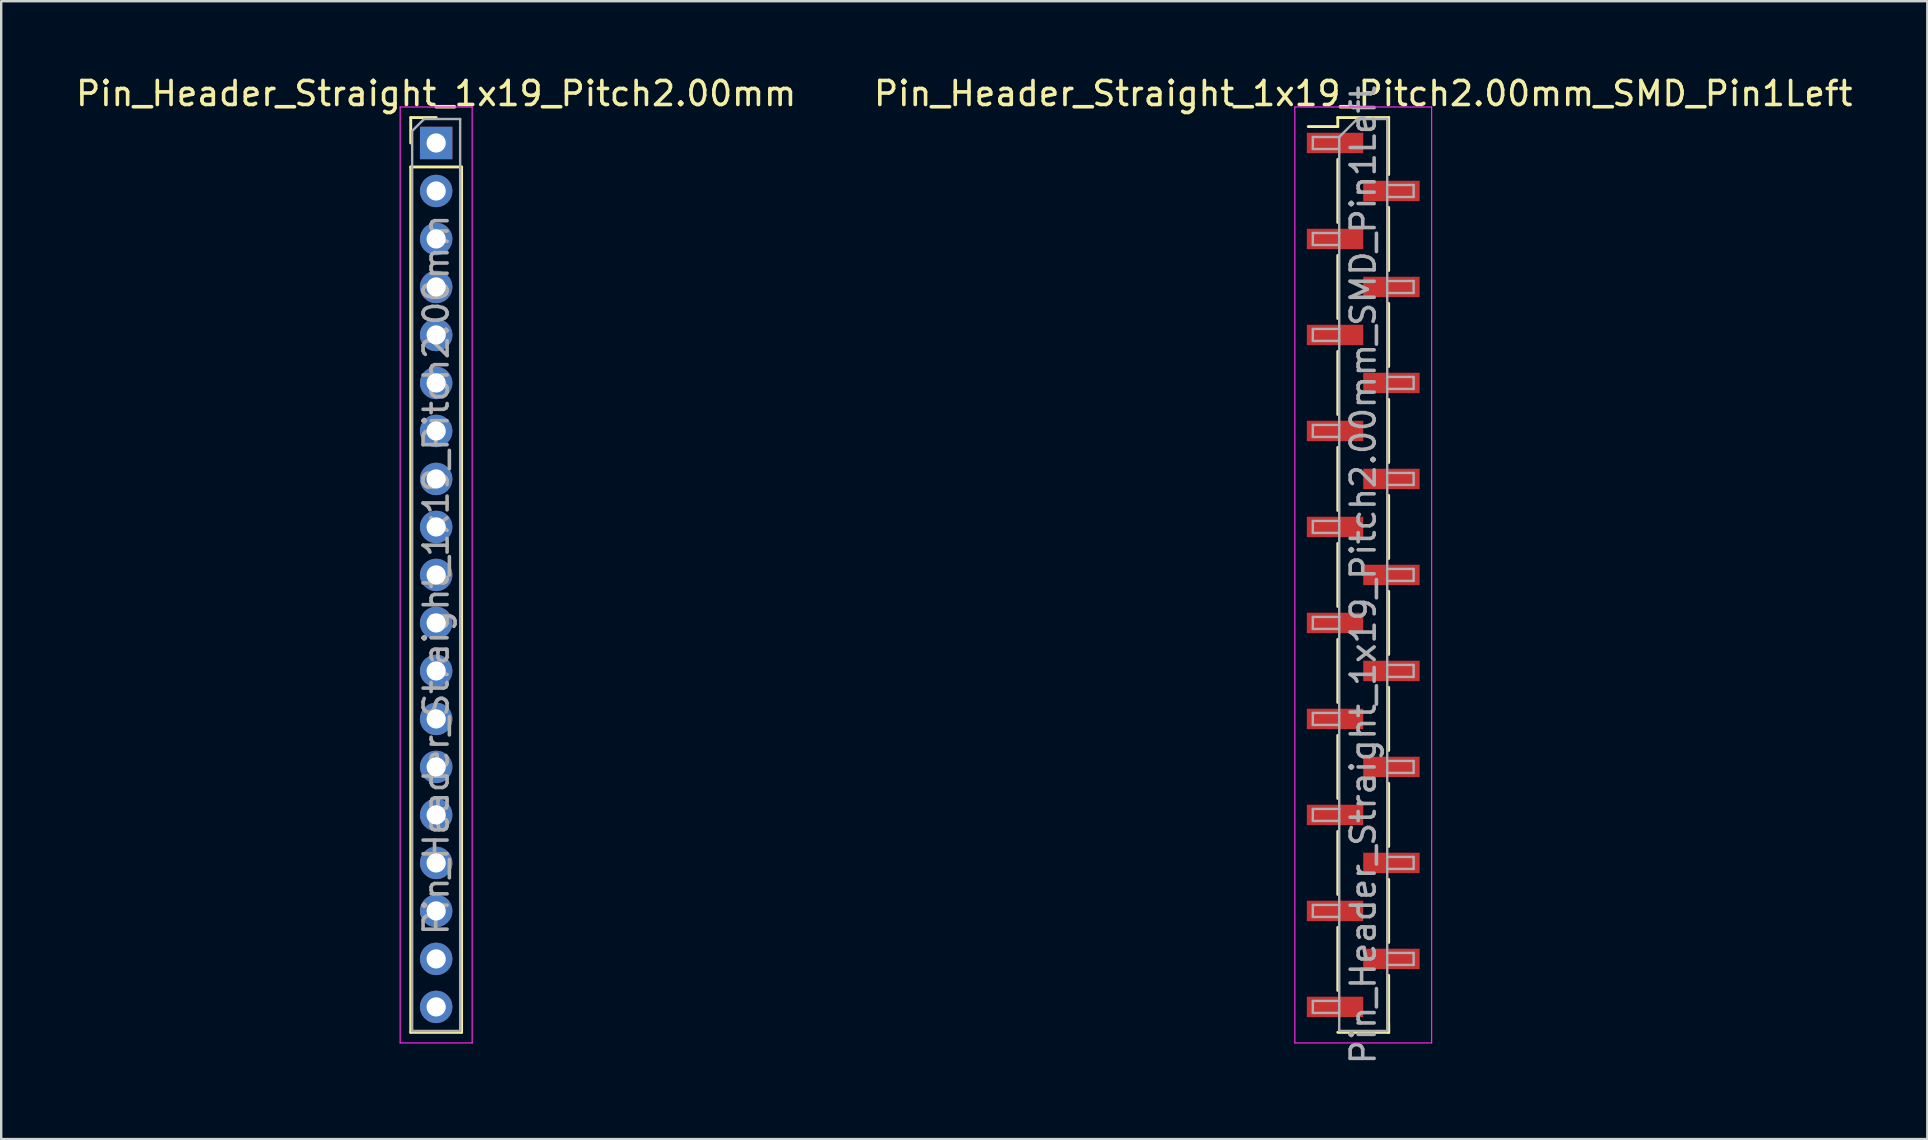
<source format=kicad_pcb>
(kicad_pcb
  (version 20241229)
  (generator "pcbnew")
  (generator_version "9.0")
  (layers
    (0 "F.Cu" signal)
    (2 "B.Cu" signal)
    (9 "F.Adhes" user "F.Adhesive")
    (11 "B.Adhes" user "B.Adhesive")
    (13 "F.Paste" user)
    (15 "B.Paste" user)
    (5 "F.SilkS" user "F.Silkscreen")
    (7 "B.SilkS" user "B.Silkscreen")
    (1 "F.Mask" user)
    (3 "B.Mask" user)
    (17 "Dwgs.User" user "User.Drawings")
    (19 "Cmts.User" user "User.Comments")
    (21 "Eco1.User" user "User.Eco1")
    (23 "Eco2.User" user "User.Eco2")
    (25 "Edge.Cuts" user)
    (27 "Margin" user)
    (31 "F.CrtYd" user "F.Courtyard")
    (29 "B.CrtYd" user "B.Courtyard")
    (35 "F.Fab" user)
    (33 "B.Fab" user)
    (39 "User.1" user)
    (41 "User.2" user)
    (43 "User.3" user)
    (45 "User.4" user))
  (footprint "Pin_Header_Straight_1x19_Pitch2.00mm_SMD_Pin1Left"
    (layer "F.Cu")
    (at 53.756 20.908)
    (property "Reference" "Pin_Header_Straight_1x19_Pitch2.00mm_SMD_Pin1Left" (at 0 -20.06 0) (layer "F.SilkS") (effects (font (size 1 1) (thickness 0.15))))
    (attr smd)
    (fp_line (start -1.06 -19.06) (end -1.06 -18.685) (stroke (width 0.12) (type solid)) (layer "F.SilkS"))
    (fp_line (start -1.06 -19.06) (end 1.06 -19.06) (stroke (width 0.12) (type solid)) (layer "F.SilkS"))
    (fp_line (start -1.06 -18.685) (end -2.29 -18.685) (stroke (width 0.12) (type solid)) (layer "F.SilkS"))
    (fp_line (start -1.06 -17.315) (end -1.06 -14.685) (stroke (width 0.12) (type solid)) (layer "F.SilkS"))
    (fp_line (start -1.06 -13.315) (end -1.06 -10.685) (stroke (width 0.12) (type solid)) (layer "F.SilkS"))
    (fp_line (start -1.06 -9.315) (end -1.06 -6.685) (stroke (width 0.12) (type solid)) (layer "F.SilkS"))
    (fp_line (start -1.06 -5.315) (end -1.06 -2.685) (stroke (width 0.12) (type solid)) (layer "F.SilkS"))
    (fp_line (start -1.06 -1.315) (end -1.06 1.315) (stroke (width 0.12) (type solid)) (layer "F.SilkS"))
    (fp_line (start -1.06 2.685) (end -1.06 5.315) (stroke (width 0.12) (type solid)) (layer "F.SilkS"))
    (fp_line (start -1.06 6.685) (end -1.06 9.315) (stroke (width 0.12) (type solid)) (layer "F.SilkS"))
    (fp_line (start -1.06 10.685) (end -1.06 13.315) (stroke (width 0.12) (type solid)) (layer "F.SilkS"))
    (fp_line (start -1.06 14.685) (end -1.06 17.315) (stroke (width 0.12) (type solid)) (layer "F.SilkS"))
    (fp_line (start -1.06 19.06) (end 1.06 19.06) (stroke (width 0.12) (type solid)) (layer "F.SilkS"))
    (fp_line (start 1.06 -19.06) (end 1.06 -16.685) (stroke (width 0.12) (type solid)) (layer "F.SilkS"))
    (fp_line (start 1.06 -15.315) (end 1.06 -12.685) (stroke (width 0.12) (type solid)) (layer "F.SilkS"))
    (fp_line (start 1.06 -11.315) (end 1.06 -8.685) (stroke (width 0.12) (type solid)) (layer "F.SilkS"))
    (fp_line (start 1.06 -7.315) (end 1.06 -4.685) (stroke (width 0.12) (type solid)) (layer "F.SilkS"))
    (fp_line (start 1.06 -3.315) (end 1.06 -0.685) (stroke (width 0.12) (type solid)) (layer "F.SilkS"))
    (fp_line (start 1.06 0.685) (end 1.06 3.315) (stroke (width 0.12) (type solid)) (layer "F.SilkS"))
    (fp_line (start 1.06 4.685) (end 1.06 7.315) (stroke (width 0.12) (type solid)) (layer "F.SilkS"))
    (fp_line (start 1.06 8.685) (end 1.06 11.315) (stroke (width 0.12) (type solid)) (layer "F.SilkS"))
    (fp_line (start 1.06 12.685) (end 1.06 15.315) (stroke (width 0.12) (type solid)) (layer "F.SilkS"))
    (fp_line (start 1.06 16.685) (end 1.06 19.06) (stroke (width 0.12) (type solid)) (layer "F.SilkS"))
    (fp_line (start 1.06 18.685) (end 1.06 19.06) (stroke (width 0.12) (type solid)) (layer "F.SilkS"))
    (fp_line (start -2.85 -19.5) (end -2.85 19.5) (stroke (width 0.05) (type solid)) (layer "F.CrtYd"))
    (fp_line (start -2.85 19.5) (end 2.85 19.5) (stroke (width 0.05) (type solid)) (layer "F.CrtYd"))
    (fp_line (start 2.85 -19.5) (end -2.85 -19.5) (stroke (width 0.05) (type solid)) (layer "F.CrtYd"))
    (fp_line (start 2.85 19.5) (end 2.85 -19.5) (stroke (width 0.05) (type solid)) (layer "F.CrtYd"))
    (fp_line (start -2.1 -18.25) (end -2.1 -17.75) (stroke (width 0.1) (type solid)) (layer "F.Fab"))
    (fp_line (start -2.1 -17.75) (end -1 -17.75) (stroke (width 0.1) (type solid)) (layer "F.Fab"))
    (fp_line (start -2.1 -14.25) (end -2.1 -13.75) (stroke (width 0.1) (type solid)) (layer "F.Fab"))
    (fp_line (start -2.1 -13.75) (end -1 -13.75) (stroke (width 0.1) (type solid)) (layer "F.Fab"))
    (fp_line (start -2.1 -10.25) (end -2.1 -9.75) (stroke (width 0.1) (type solid)) (layer "F.Fab"))
    (fp_line (start -2.1 -9.75) (end -1 -9.75) (stroke (width 0.1) (type solid)) (layer "F.Fab"))
    (fp_line (start -2.1 -6.25) (end -2.1 -5.75) (stroke (width 0.1) (type solid)) (layer "F.Fab"))
    (fp_line (start -2.1 -5.75) (end -1 -5.75) (stroke (width 0.1) (type solid)) (layer "F.Fab"))
    (fp_line (start -2.1 -2.25) (end -2.1 -1.75) (stroke (width 0.1) (type solid)) (layer "F.Fab"))
    (fp_line (start -2.1 -1.75) (end -1 -1.75) (stroke (width 0.1) (type solid)) (layer "F.Fab"))
    (fp_line (start -2.1 1.75) (end -2.1 2.25) (stroke (width 0.1) (type solid)) (layer "F.Fab"))
    (fp_line (start -2.1 2.25) (end -1 2.25) (stroke (width 0.1) (type solid)) (layer "F.Fab"))
    (fp_line (start -2.1 5.75) (end -2.1 6.25) (stroke (width 0.1) (type solid)) (layer "F.Fab"))
    (fp_line (start -2.1 6.25) (end -1 6.25) (stroke (width 0.1) (type solid)) (layer "F.Fab"))
    (fp_line (start -2.1 9.75) (end -2.1 10.25) (stroke (width 0.1) (type solid)) (layer "F.Fab"))
    (fp_line (start -2.1 10.25) (end -1 10.25) (stroke (width 0.1) (type solid)) (layer "F.Fab"))
    (fp_line (start -2.1 13.75) (end -2.1 14.25) (stroke (width 0.1) (type solid)) (layer "F.Fab"))
    (fp_line (start -2.1 14.25) (end -1 14.25) (stroke (width 0.1) (type solid)) (layer "F.Fab"))
    (fp_line (start -2.1 17.75) (end -2.1 18.25) (stroke (width 0.1) (type solid)) (layer "F.Fab"))
    (fp_line (start -2.1 18.25) (end -1 18.25) (stroke (width 0.1) (type solid)) (layer "F.Fab"))
    (fp_line (start -1 -18.25) (end -2.1 -18.25) (stroke (width 0.1) (type solid)) (layer "F.Fab"))
    (fp_line (start -1 -18.25) (end -0.25 -19) (stroke (width 0.1) (type solid)) (layer "F.Fab"))
    (fp_line (start -1 -14.25) (end -2.1 -14.25) (stroke (width 0.1) (type solid)) (layer "F.Fab"))
    (fp_line (start -1 -10.25) (end -2.1 -10.25) (stroke (width 0.1) (type solid)) (layer "F.Fab"))
    (fp_line (start -1 -6.25) (end -2.1 -6.25) (stroke (width 0.1) (type solid)) (layer "F.Fab"))
    (fp_line (start -1 -2.25) (end -2.1 -2.25) (stroke (width 0.1) (type solid)) (layer "F.Fab"))
    (fp_line (start -1 1.75) (end -2.1 1.75) (stroke (width 0.1) (type solid)) (layer "F.Fab"))
    (fp_line (start -1 5.75) (end -2.1 5.75) (stroke (width 0.1) (type solid)) (layer "F.Fab"))
    (fp_line (start -1 9.75) (end -2.1 9.75) (stroke (width 0.1) (type solid)) (layer "F.Fab"))
    (fp_line (start -1 13.75) (end -2.1 13.75) (stroke (width 0.1) (type solid)) (layer "F.Fab"))
    (fp_line (start -1 17.75) (end -2.1 17.75) (stroke (width 0.1) (type solid)) (layer "F.Fab"))
    (fp_line (start -1 19) (end -1 -18.25) (stroke (width 0.1) (type solid)) (layer "F.Fab"))
    (fp_line (start -0.25 -19) (end 1 -19) (stroke (width 0.1) (type solid)) (layer "F.Fab"))
    (fp_line (start 1 -19) (end 1 19) (stroke (width 0.1) (type solid)) (layer "F.Fab"))
    (fp_line (start 1 -16.25) (end 2.1 -16.25) (stroke (width 0.1) (type solid)) (layer "F.Fab"))
    (fp_line (start 1 -12.25) (end 2.1 -12.25) (stroke (width 0.1) (type solid)) (layer "F.Fab"))
    (fp_line (start 1 -8.25) (end 2.1 -8.25) (stroke (width 0.1) (type solid)) (layer "F.Fab"))
    (fp_line (start 1 -4.25) (end 2.1 -4.25) (stroke (width 0.1) (type solid)) (layer "F.Fab"))
    (fp_line (start 1 -0.25) (end 2.1 -0.25) (stroke (width 0.1) (type solid)) (layer "F.Fab"))
    (fp_line (start 1 3.75) (end 2.1 3.75) (stroke (width 0.1) (type solid)) (layer "F.Fab"))
    (fp_line (start 1 7.75) (end 2.1 7.75) (stroke (width 0.1) (type solid)) (layer "F.Fab"))
    (fp_line (start 1 11.75) (end 2.1 11.75) (stroke (width 0.1) (type solid)) (layer "F.Fab"))
    (fp_line (start 1 15.75) (end 2.1 15.75) (stroke (width 0.1) (type solid)) (layer "F.Fab"))
    (fp_line (start 1 19) (end -1 19) (stroke (width 0.1) (type solid)) (layer "F.Fab"))
    (fp_line (start 2.1 -16.25) (end 2.1 -15.75) (stroke (width 0.1) (type solid)) (layer "F.Fab"))
    (fp_line (start 2.1 -15.75) (end 1 -15.75) (stroke (width 0.1) (type solid)) (layer "F.Fab"))
    (fp_line (start 2.1 -12.25) (end 2.1 -11.75) (stroke (width 0.1) (type solid)) (layer "F.Fab"))
    (fp_line (start 2.1 -11.75) (end 1 -11.75) (stroke (width 0.1) (type solid)) (layer "F.Fab"))
    (fp_line (start 2.1 -8.25) (end 2.1 -7.75) (stroke (width 0.1) (type solid)) (layer "F.Fab"))
    (fp_line (start 2.1 -7.75) (end 1 -7.75) (stroke (width 0.1) (type solid)) (layer "F.Fab"))
    (fp_line (start 2.1 -4.25) (end 2.1 -3.75) (stroke (width 0.1) (type solid)) (layer "F.Fab"))
    (fp_line (start 2.1 -3.75) (end 1 -3.75) (stroke (width 0.1) (type solid)) (layer "F.Fab"))
    (fp_line (start 2.1 -0.25) (end 2.1 0.25) (stroke (width 0.1) (type solid)) (layer "F.Fab"))
    (fp_line (start 2.1 0.25) (end 1 0.25) (stroke (width 0.1) (type solid)) (layer "F.Fab"))
    (fp_line (start 2.1 3.75) (end 2.1 4.25) (stroke (width 0.1) (type solid)) (layer "F.Fab"))
    (fp_line (start 2.1 4.25) (end 1 4.25) (stroke (width 0.1) (type solid)) (layer "F.Fab"))
    (fp_line (start 2.1 7.75) (end 2.1 8.25) (stroke (width 0.1) (type solid)) (layer "F.Fab"))
    (fp_line (start 2.1 8.25) (end 1 8.25) (stroke (width 0.1) (type solid)) (layer "F.Fab"))
    (fp_line (start 2.1 11.75) (end 2.1 12.25) (stroke (width 0.1) (type solid)) (layer "F.Fab"))
    (fp_line (start 2.1 12.25) (end 1 12.25) (stroke (width 0.1) (type solid)) (layer "F.Fab"))
    (fp_line (start 2.1 15.75) (end 2.1 16.25) (stroke (width 0.1) (type solid)) (layer "F.Fab"))
    (fp_line (start 2.1 16.25) (end 1 16.25) (stroke (width 0.1) (type solid)) (layer "F.Fab"))
    (fp_text user "${REFERENCE}" (at 0 0 90) (layer "F.Fab") (effects (font (size 1 1) (thickness 0.15))))
    (pad "1" smd rect (at -1.175 -18) (size 2.35 0.85) (layers "F.Cu" "F.Mask" "F.Paste"))
    (pad "2" smd rect (at 1.175 -16) (size 2.35 0.85) (layers "F.Cu" "F.Mask" "F.Paste"))
    (pad "3" smd rect (at -1.175 -14) (size 2.35 0.85) (layers "F.Cu" "F.Mask" "F.Paste"))
    (pad "4" smd rect (at 1.175 -12) (size 2.35 0.85) (layers "F.Cu" "F.Mask" "F.Paste"))
    (pad "5" smd rect (at -1.175 -10) (size 2.35 0.85) (layers "F.Cu" "F.Mask" "F.Paste"))
    (pad "6" smd rect (at 1.175 -8) (size 2.35 0.85) (layers "F.Cu" "F.Mask" "F.Paste"))
    (pad "7" smd rect (at -1.175 -6) (size 2.35 0.85) (layers "F.Cu" "F.Mask" "F.Paste"))
    (pad "8" smd rect (at 1.175 -4) (size 2.35 0.85) (layers "F.Cu" "F.Mask" "F.Paste"))
    (pad "9" smd rect (at -1.175 -2) (size 2.35 0.85) (layers "F.Cu" "F.Mask" "F.Paste"))
    (pad "10" smd rect (at 1.175 0) (size 2.35 0.85) (layers "F.Cu" "F.Mask" "F.Paste"))
    (pad "11" smd rect (at -1.175 2) (size 2.35 0.85) (layers "F.Cu" "F.Mask" "F.Paste"))
    (pad "12" smd rect (at 1.175 4) (size 2.35 0.85) (layers "F.Cu" "F.Mask" "F.Paste"))
    (pad "13" smd rect (at -1.175 6) (size 2.35 0.85) (layers "F.Cu" "F.Mask" "F.Paste"))
    (pad "14" smd rect (at 1.175 8) (size 2.35 0.85) (layers "F.Cu" "F.Mask" "F.Paste"))
    (pad "15" smd rect (at -1.175 10) (size 2.35 0.85) (layers "F.Cu" "F.Mask" "F.Paste"))
    (pad "16" smd rect (at 1.175 12) (size 2.35 0.85) (layers "F.Cu" "F.Mask" "F.Paste"))
    (pad "17" smd rect (at -1.175 14) (size 2.35 0.85) (layers "F.Cu" "F.Mask" "F.Paste"))
    (pad "18" smd rect (at 1.175 16) (size 2.35 0.85) (layers "F.Cu" "F.Mask" "F.Paste"))
    (pad "19" smd rect (at -1.175 18) (size 2.35 0.85) (layers "F.Cu" "F.Mask" "F.Paste")))
  (footprint "Pin_Header_Straight_1x19_Pitch2.00mm"
    (layer "F.Cu")
    (at 15.125 2.908)
    (property "Reference" "Pin_Header_Straight_1x19_Pitch2.00mm" (at 0 -2.06 0) (layer "F.SilkS") (effects (font (size 1 1) (thickness 0.15))))
    (attr through_hole)
    (fp_line (start -1.06 -1.06) (end 0 -1.06) (stroke (width 0.12) (type solid)) (layer "F.SilkS"))
    (fp_line (start -1.06 0) (end -1.06 -1.06) (stroke (width 0.12) (type solid)) (layer "F.SilkS"))
    (fp_line (start -1.06 1) (end -1.06 37.06) (stroke (width 0.12) (type solid)) (layer "F.SilkS"))
    (fp_line (start -1.06 1) (end 1.06 1) (stroke (width 0.12) (type solid)) (layer "F.SilkS"))
    (fp_line (start -1.06 37.06) (end 1.06 37.06) (stroke (width 0.12) (type solid)) (layer "F.SilkS"))
    (fp_line (start 1.06 1) (end 1.06 37.06) (stroke (width 0.12) (type solid)) (layer "F.SilkS"))
    (fp_line (start -1.5 -1.5) (end -1.5 37.5) (stroke (width 0.05) (type solid)) (layer "F.CrtYd"))
    (fp_line (start -1.5 37.5) (end 1.5 37.5) (stroke (width 0.05) (type solid)) (layer "F.CrtYd"))
    (fp_line (start 1.5 -1.5) (end -1.5 -1.5) (stroke (width 0.05) (type solid)) (layer "F.CrtYd"))
    (fp_line (start 1.5 37.5) (end 1.5 -1.5) (stroke (width 0.05) (type solid)) (layer "F.CrtYd"))
    (fp_line (start -1 -0.5) (end -0.5 -1) (stroke (width 0.1) (type solid)) (layer "F.Fab"))
    (fp_line (start -1 37) (end -1 -0.5) (stroke (width 0.1) (type solid)) (layer "F.Fab"))
    (fp_line (start -0.5 -1) (end 1 -1) (stroke (width 0.1) (type solid)) (layer "F.Fab"))
    (fp_line (start 1 -1) (end 1 37) (stroke (width 0.1) (type solid)) (layer "F.Fab"))
    (fp_line (start 1 37) (end -1 37) (stroke (width 0.1) (type solid)) (layer "F.Fab"))
    (fp_text user "${REFERENCE}" (at 0 18 90) (layer "F.Fab") (effects (font (size 1 1) (thickness 0.15))))
    (pad "1" thru_hole rect (at 0 0) (size 1.35 1.35) (drill 0.8) (layers "*.Cu" "*.Mask"))
    (pad "2" thru_hole oval (at 0 2) (size 1.35 1.35) (drill 0.8) (layers "*.Cu" "*.Mask"))
    (pad "3" thru_hole oval (at 0 4) (size 1.35 1.35) (drill 0.8) (layers "*.Cu" "*.Mask"))
    (pad "4" thru_hole oval (at 0 6) (size 1.35 1.35) (drill 0.8) (layers "*.Cu" "*.Mask"))
    (pad "5" thru_hole oval (at 0 8) (size 1.35 1.35) (drill 0.8) (layers "*.Cu" "*.Mask"))
    (pad "6" thru_hole oval (at 0 10) (size 1.35 1.35) (drill 0.8) (layers "*.Cu" "*.Mask"))
    (pad "7" thru_hole oval (at 0 12) (size 1.35 1.35) (drill 0.8) (layers "*.Cu" "*.Mask"))
    (pad "8" thru_hole oval (at 0 14) (size 1.35 1.35) (drill 0.8) (layers "*.Cu" "*.Mask"))
    (pad "9" thru_hole oval (at 0 16) (size 1.35 1.35) (drill 0.8) (layers "*.Cu" "*.Mask"))
    (pad "10" thru_hole oval (at 0 18) (size 1.35 1.35) (drill 0.8) (layers "*.Cu" "*.Mask"))
    (pad "11" thru_hole oval (at 0 20) (size 1.35 1.35) (drill 0.8) (layers "*.Cu" "*.Mask"))
    (pad "12" thru_hole oval (at 0 22) (size 1.35 1.35) (drill 0.8) (layers "*.Cu" "*.Mask"))
    (pad "13" thru_hole oval (at 0 24) (size 1.35 1.35) (drill 0.8) (layers "*.Cu" "*.Mask"))
    (pad "14" thru_hole oval (at 0 26) (size 1.35 1.35) (drill 0.8) (layers "*.Cu" "*.Mask"))
    (pad "15" thru_hole oval (at 0 28) (size 1.35 1.35) (drill 0.8) (layers "*.Cu" "*.Mask"))
    (pad "16" thru_hole oval (at 0 30) (size 1.35 1.35) (drill 0.8) (layers "*.Cu" "*.Mask"))
    (pad "17" thru_hole oval (at 0 32) (size 1.35 1.35) (drill 0.8) (layers "*.Cu" "*.Mask"))
    (pad "18" thru_hole oval (at 0 34) (size 1.35 1.35) (drill 0.8) (layers "*.Cu" "*.Mask"))
    (pad "19" thru_hole oval (at 0 36) (size 1.35 1.35) (drill 0.8) (layers "*.Cu" "*.Mask")))
  (gr_rect
    (start -3 -3)
    (end 77.262 44.414)
    (stroke (width 0.1) (type default))
    (fill no)
    (layer "Edge.Cuts")))
</source>
